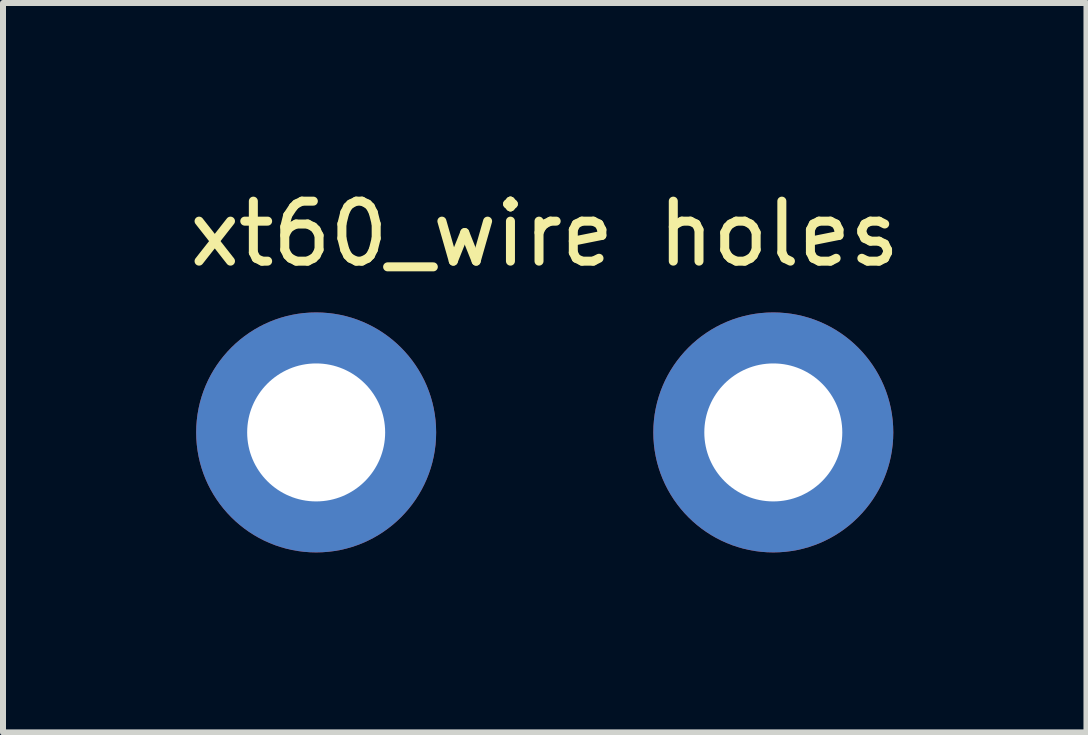
<source format=kicad_pcb>
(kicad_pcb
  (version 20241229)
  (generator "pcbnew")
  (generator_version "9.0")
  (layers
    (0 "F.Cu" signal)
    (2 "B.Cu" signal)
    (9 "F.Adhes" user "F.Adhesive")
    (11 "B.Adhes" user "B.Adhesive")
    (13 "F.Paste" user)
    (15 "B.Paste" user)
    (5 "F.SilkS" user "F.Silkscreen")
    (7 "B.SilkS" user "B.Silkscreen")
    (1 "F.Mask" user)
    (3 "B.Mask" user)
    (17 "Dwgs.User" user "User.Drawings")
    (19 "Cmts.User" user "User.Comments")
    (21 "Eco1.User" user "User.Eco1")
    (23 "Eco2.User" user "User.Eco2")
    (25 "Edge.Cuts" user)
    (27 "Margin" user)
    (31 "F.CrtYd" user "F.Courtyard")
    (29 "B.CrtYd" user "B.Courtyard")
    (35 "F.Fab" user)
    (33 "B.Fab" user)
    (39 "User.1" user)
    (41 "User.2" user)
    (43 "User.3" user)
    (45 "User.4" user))
  (footprint "xt60_wire holes"
    (layer "F.Cu")
    (at 6.03 4.158)
    (property "Reference" "xt60_wire holes" (at 0 -3.31 0) (layer "F.SilkS") (effects (font (size 1 1) (thickness 0.15))))
    (attr through_hole)
    (pad "1" thru_hole circle (at -3.81 0) (size 4 4) (drill 2.3) (layers "*.Cu" "*.Mask"))
    (pad "2" thru_hole circle (at 3.81 0) (size 4 4) (drill 2.3) (layers "*.Cu" "*.Mask")))
  (gr_rect
    (start -3 -3)
    (end 15.06 9.158)
    (stroke (width 0.1) (type default))
    (fill no)
    (layer "Edge.Cuts")))
</source>
